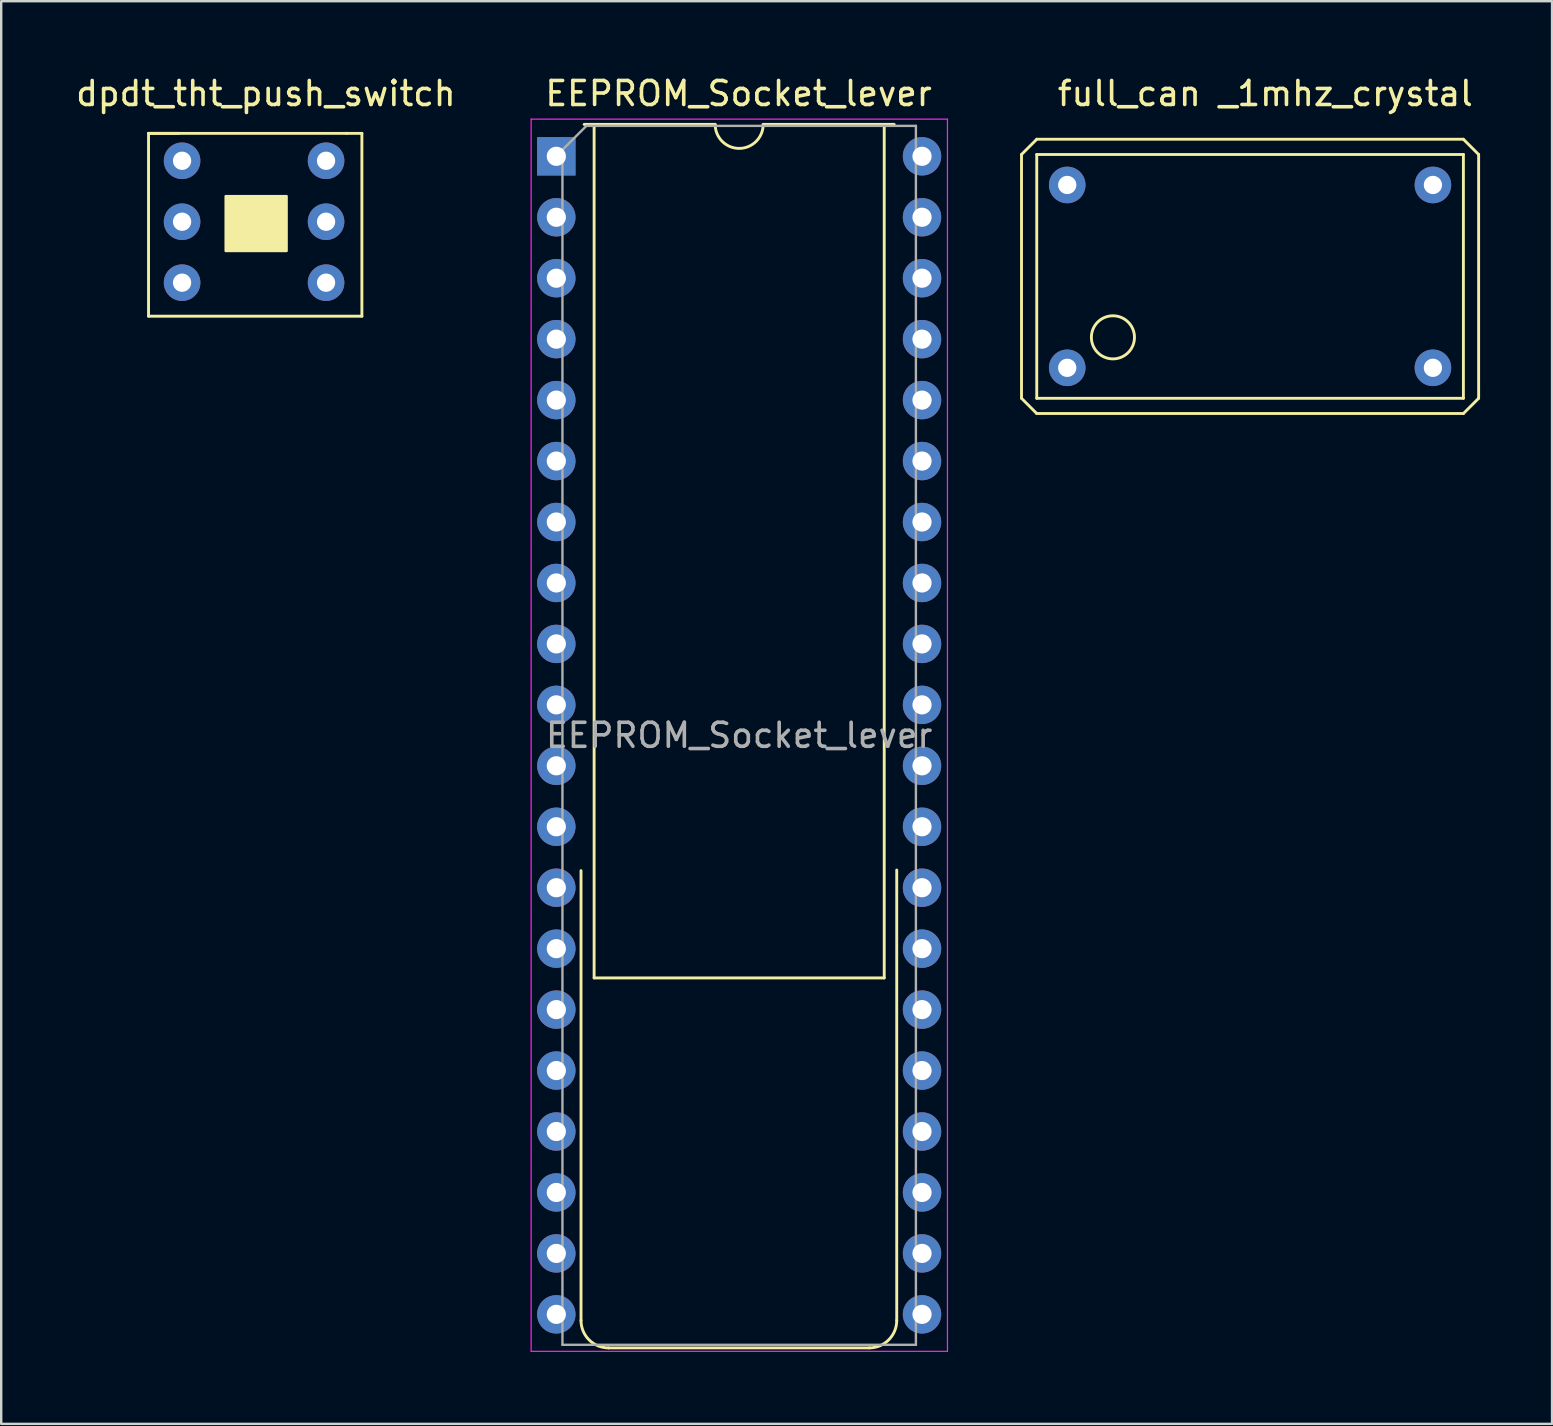
<source format=kicad_pcb>
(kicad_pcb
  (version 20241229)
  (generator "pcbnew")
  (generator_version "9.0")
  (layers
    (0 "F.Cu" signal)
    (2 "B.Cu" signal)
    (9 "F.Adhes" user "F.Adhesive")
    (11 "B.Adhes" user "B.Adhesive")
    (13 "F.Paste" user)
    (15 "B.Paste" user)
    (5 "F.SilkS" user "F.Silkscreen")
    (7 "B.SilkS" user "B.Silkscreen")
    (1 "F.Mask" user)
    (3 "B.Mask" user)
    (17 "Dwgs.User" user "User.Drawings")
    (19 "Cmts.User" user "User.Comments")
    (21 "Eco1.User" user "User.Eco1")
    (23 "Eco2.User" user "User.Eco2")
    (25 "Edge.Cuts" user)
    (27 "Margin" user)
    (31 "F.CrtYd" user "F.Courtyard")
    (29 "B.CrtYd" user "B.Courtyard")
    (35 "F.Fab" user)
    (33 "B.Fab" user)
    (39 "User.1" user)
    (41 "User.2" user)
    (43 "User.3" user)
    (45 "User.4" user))
  (footprint "full_can _1mhz_crystal"
    (layer "F.Cu")
    (at 41.425 4.658)
    (property "Reference" "full_can _1mhz_crystal" (at 8.255 -3.81 0) (layer "F.SilkS") (effects (font (size 1 1) (thickness 0.15))))
    (attr through_hole)
    (fp_line (start -1.905 -1.27) (end -1.905 8.89) (stroke (width 0.12) (type solid)) (layer "F.SilkS"))
    (fp_line (start -1.905 8.89) (end -1.27 9.525) (stroke (width 0.12) (type solid)) (layer "F.SilkS"))
    (fp_line (start -1.27 -1.905) (end -1.905 -1.27) (stroke (width 0.12) (type solid)) (layer "F.SilkS"))
    (fp_line (start -1.27 -1.27) (end 16.51 -1.27) (stroke (width 0.12) (type solid)) (layer "F.SilkS"))
    (fp_line (start -1.27 8.89) (end -1.27 -1.27) (stroke (width 0.12) (type solid)) (layer "F.SilkS"))
    (fp_line (start -1.27 9.525) (end 16.51 9.525) (stroke (width 0.12) (type solid)) (layer "F.SilkS"))
    (fp_line (start 16.51 -1.905) (end -1.27 -1.905) (stroke (width 0.12) (type solid)) (layer "F.SilkS"))
    (fp_line (start 16.51 -1.27) (end 16.51 8.89) (stroke (width 0.12) (type solid)) (layer "F.SilkS"))
    (fp_line (start 16.51 8.89) (end -1.27 8.89) (stroke (width 0.12) (type solid)) (layer "F.SilkS"))
    (fp_line (start 16.51 9.525) (end 17.145 8.89) (stroke (width 0.12) (type solid)) (layer "F.SilkS"))
    (fp_line (start 17.145 -1.27) (end 16.51 -1.905) (stroke (width 0.12) (type solid)) (layer "F.SilkS"))
    (fp_line (start 17.145 8.89) (end 17.145 -1.27) (stroke (width 0.12) (type solid)) (layer "F.SilkS"))
    (fp_circle (center 1.905 6.35) (end 2.54 6.985) (stroke (width 0.12) (type solid)) (fill no) (layer "F.SilkS"))
    (pad "1" thru_hole circle (at 0 7.62 90) (size 1.524 1.524) (drill 0.762) (layers "*.Cu" "*.Mask"))
    (pad "7" thru_hole circle (at 15.24 7.62 90) (size 1.524 1.524) (drill 0.762) (layers "*.Cu" "*.Mask"))
    (pad "8" thru_hole circle (at 15.24 0 90) (size 1.524 1.524) (drill 0.762) (layers "*.Cu" "*.Mask"))
    (pad "14" thru_hole circle (at 0 0 90) (size 1.524 1.524) (drill 0.762) (layers "*.Cu" "*.Mask")))
  (footprint "EEPROM_Socket_lever"
    (layer "F.Cu")
    (at 27.17 25.918)
    (property "Reference" "EEPROM_Socket_lever" (at 0.559 -25.07 0) (layer "F.SilkS") (effects (font (size 1 1) (thickness 0.15))))
    (attr through_hole)
    (fp_line (start -6.007 26.06) (end -6.007 7.315) (stroke (width 0.12) (type solid)) (layer "F.SilkS"))
    (fp_line (start -5.461 11.786) (end -5.461 -23.774) (stroke (width 0.12) (type solid)) (layer "F.SilkS"))
    (fp_line (start -5.461 11.786) (end 6.629 11.786) (stroke (width 0.12) (type solid)) (layer "F.SilkS"))
    (fp_line (start -0.416 -23.784) (end -5.876 -23.784) (stroke (width 0.12) (type solid)) (layer "F.SilkS"))
    (fp_line (start 6.007 27.203) (end -4.864 27.203) (stroke (width 0.12) (type solid)) (layer "F.SilkS"))
    (fp_line (start 6.629 11.786) (end 6.629 -23.774) (stroke (width 0.12) (type solid)) (layer "F.SilkS"))
    (fp_line (start 7.044 -23.784) (end 1.584 -23.784) (stroke (width 0.12) (type solid)) (layer "F.SilkS"))
    (fp_line (start 7.15 26.06) (end 7.15 7.29) (stroke (width 0.12) (type solid)) (layer "F.SilkS"))
    (fp_arc (start -4.8641 27.2034) (mid -5.672323 26.868623) (end -6.0071 26.0604) (stroke (width 0.12) (type solid)) (layer "F.SilkS"))
    (fp_arc (start 1.5842 -23.7836) (mid 0.5842 -22.7836) (end -0.4158 -23.7836) (stroke (width 0.12) (type solid)) (layer "F.SilkS"))
    (fp_arc (start 7.1501 26.0604) (mid 6.815323 26.868623) (end 6.0071 27.2034) (stroke (width 0.12) (type solid)) (layer "F.SilkS"))
    (fp_line (start -8.086 -24.004) (end -8.086 27.346) (stroke (width 0.05) (type solid)) (layer "F.CrtYd"))
    (fp_line (start -8.086 27.346) (end 9.264 27.346) (stroke (width 0.05) (type solid)) (layer "F.CrtYd"))
    (fp_line (start 9.264 -24.004) (end -8.086 -24.004) (stroke (width 0.05) (type solid)) (layer "F.CrtYd"))
    (fp_line (start 9.264 27.346) (end 9.264 -24.004) (stroke (width 0.05) (type solid)) (layer "F.CrtYd"))
    (fp_line (start -6.781 -22.724) (end -5.781 -23.724) (stroke (width 0.1) (type solid)) (layer "F.Fab"))
    (fp_line (start -6.781 27.076) (end -6.781 -22.724) (stroke (width 0.1) (type solid)) (layer "F.Fab"))
    (fp_line (start -5.781 -23.724) (end 7.949 -23.724) (stroke (width 0.1) (type solid)) (layer "F.Fab"))
    (fp_line (start 7.949 -23.724) (end 7.949 27.076) (stroke (width 0.1) (type solid)) (layer "F.Fab"))
    (fp_line (start 7.949 27.076) (end -6.781 27.076) (stroke (width 0.1) (type solid)) (layer "F.Fab"))
    (fp_text user "${REFERENCE}" (at 0.584 1.676 0) (layer "F.Fab") (effects (font (size 1 1) (thickness 0.15))))
    (pad "" thru_hole oval (at -7.036 13.106) (size 1.6 1.6) (drill 0.8) (layers "*.Cu" "*.Mask"))
    (pad "" thru_hole oval (at -7.036 15.646) (size 1.6 1.6) (drill 0.8) (layers "*.Cu" "*.Mask"))
    (pad "" thru_hole oval (at -7.036 18.186) (size 1.6 1.6) (drill 0.8) (layers "*.Cu" "*.Mask"))
    (pad "" thru_hole oval (at -7.036 20.726) (size 1.6 1.6) (drill 0.8) (layers "*.Cu" "*.Mask"))
    (pad "" thru_hole oval (at -7.036 23.266) (size 1.6 1.6) (drill 0.8) (layers "*.Cu" "*.Mask"))
    (pad "" thru_hole oval (at -7.036 25.806) (size 1.6 1.6) (drill 0.8) (layers "*.Cu" "*.Mask"))
    (pad "" thru_hole oval (at 8.204 13.106) (size 1.6 1.6) (drill 0.8) (layers "*.Cu" "*.Mask"))
    (pad "" thru_hole oval (at 8.204 15.646) (size 1.6 1.6) (drill 0.8) (layers "*.Cu" "*.Mask"))
    (pad "" thru_hole oval (at 8.204 18.186) (size 1.6 1.6) (drill 0.8) (layers "*.Cu" "*.Mask"))
    (pad "" thru_hole oval (at 8.204 20.726) (size 1.6 1.6) (drill 0.8) (layers "*.Cu" "*.Mask"))
    (pad "" thru_hole oval (at 8.204 23.266) (size 1.6 1.6) (drill 0.8) (layers "*.Cu" "*.Mask"))
    (pad "" thru_hole oval (at 8.204 25.806) (size 1.6 1.6) (drill 0.8) (layers "*.Cu" "*.Mask"))
    (pad "1" thru_hole rect (at -7.036 -22.454) (size 1.6 1.6) (drill 0.8) (layers "*.Cu" "*.Mask"))
    (pad "2" thru_hole oval (at -7.036 -19.914) (size 1.6 1.6) (drill 0.8) (layers "*.Cu" "*.Mask"))
    (pad "3" thru_hole oval (at -7.036 -17.374) (size 1.6 1.6) (drill 0.8) (layers "*.Cu" "*.Mask"))
    (pad "4" thru_hole oval (at -7.036 -14.834) (size 1.6 1.6) (drill 0.8) (layers "*.Cu" "*.Mask"))
    (pad "5" thru_hole oval (at -7.036 -12.294) (size 1.6 1.6) (drill 0.8) (layers "*.Cu" "*.Mask"))
    (pad "6" thru_hole oval (at -7.036 -9.754) (size 1.6 1.6) (drill 0.8) (layers "*.Cu" "*.Mask"))
    (pad "7" thru_hole oval (at -7.036 -7.214) (size 1.6 1.6) (drill 0.8) (layers "*.Cu" "*.Mask"))
    (pad "8" thru_hole oval (at -7.036 -4.674) (size 1.6 1.6) (drill 0.8) (layers "*.Cu" "*.Mask"))
    (pad "9" thru_hole oval (at -7.036 -2.134) (size 1.6 1.6) (drill 0.8) (layers "*.Cu" "*.Mask"))
    (pad "10" thru_hole oval (at -7.036 0.406) (size 1.6 1.6) (drill 0.8) (layers "*.Cu" "*.Mask"))
    (pad "11" thru_hole oval (at -7.036 2.946) (size 1.6 1.6) (drill 0.8) (layers "*.Cu" "*.Mask"))
    (pad "12" thru_hole oval (at -7.036 5.486) (size 1.6 1.6) (drill 0.8) (layers "*.Cu" "*.Mask"))
    (pad "13" thru_hole oval (at -7.036 8.026) (size 1.6 1.6) (drill 0.8) (layers "*.Cu" "*.Mask"))
    (pad "14" thru_hole oval (at -7.036 10.566) (size 1.6 1.6) (drill 0.8) (layers "*.Cu" "*.Mask"))
    (pad "15" thru_hole oval (at 8.204 10.566) (size 1.6 1.6) (drill 0.8) (layers "*.Cu" "*.Mask"))
    (pad "16" thru_hole oval (at 8.204 8.026) (size 1.6 1.6) (drill 0.8) (layers "*.Cu" "*.Mask"))
    (pad "17" thru_hole oval (at 8.204 5.486) (size 1.6 1.6) (drill 0.8) (layers "*.Cu" "*.Mask"))
    (pad "18" thru_hole oval (at 8.204 2.946) (size 1.6 1.6) (drill 0.8) (layers "*.Cu" "*.Mask"))
    (pad "19" thru_hole oval (at 8.204 0.406) (size 1.6 1.6) (drill 0.8) (layers "*.Cu" "*.Mask"))
    (pad "20" thru_hole oval (at 8.204 -2.134) (size 1.6 1.6) (drill 0.8) (layers "*.Cu" "*.Mask"))
    (pad "21" thru_hole oval (at 8.204 -4.674) (size 1.6 1.6) (drill 0.8) (layers "*.Cu" "*.Mask"))
    (pad "22" thru_hole oval (at 8.204 -7.214) (size 1.6 1.6) (drill 0.8) (layers "*.Cu" "*.Mask"))
    (pad "23" thru_hole oval (at 8.204 -9.754) (size 1.6 1.6) (drill 0.8) (layers "*.Cu" "*.Mask"))
    (pad "24" thru_hole oval (at 8.204 -12.294) (size 1.6 1.6) (drill 0.8) (layers "*.Cu" "*.Mask"))
    (pad "25" thru_hole oval (at 8.204 -14.834) (size 1.6 1.6) (drill 0.8) (layers "*.Cu" "*.Mask"))
    (pad "26" thru_hole oval (at 8.204 -17.374) (size 1.6 1.6) (drill 0.8) (layers "*.Cu" "*.Mask"))
    (pad "27" thru_hole oval (at 8.204 -19.914) (size 1.6 1.6) (drill 0.8) (layers "*.Cu" "*.Mask"))
    (pad "28" thru_hole oval (at 8.204 -22.454) (size 1.6 1.6) (drill 0.8) (layers "*.Cu" "*.Mask")))
  (footprint "dpdt_tht_push_switch"
    (layer "F.Cu")
    (at 7.395 6.063)
    (property "Reference" "dpdt_tht_push_switch" (at 0.635 -5.215 0) (layer "F.SilkS") (effects (font (size 1 1) (thickness 0.15))))
    (attr through_hole)
    (fp_line (start -4.255 -3.556) (end -2.985 -3.556) (stroke (width 0.12) (type solid)) (layer "F.SilkS"))
    (fp_line (start -4.255 -3.556) (end 4 -3.556) (stroke (width 0.12) (type solid)) (layer "F.SilkS"))
    (fp_line (start -4.255 4.064) (end -4.255 -3.556) (stroke (width 0.12) (type solid)) (layer "F.SilkS"))
    (fp_line (start 4 -3.556) (end 4.636 -3.556) (stroke (width 0.12) (type solid)) (layer "F.SilkS"))
    (fp_line (start 4.636 -3.556) (end 4.636 4.064) (stroke (width 0.12) (type solid)) (layer "F.SilkS"))
    (fp_line (start 4.636 4.064) (end -4.255 4.064) (stroke (width 0.12) (type solid)) (layer "F.SilkS"))
    (fp_poly (pts (xy 1.499 1.346) (xy -1.041 1.346) (xy -1.041 -0.94) (xy 1.499 -0.94)) (stroke (width 0.1) (type solid)) (fill yes) (layer "F.SilkS"))
    (pad "1" thru_hole circle (at -2.857 0.127) (size 1.524 1.524) (drill 0.762) (layers "*.Cu" "*.Mask"))
    (pad "2" thru_hole circle (at 3.143 0.127) (size 1.524 1.524) (drill 0.762) (layers "*.Cu" "*.Mask"))
    (pad "3" thru_hole circle (at -2.857 -2.413) (size 1.524 1.524) (drill 0.762) (layers "*.Cu" "*.Mask"))
    (pad "4" thru_hole circle (at 3.143 -2.413) (size 1.524 1.524) (drill 0.762) (layers "*.Cu" "*.Mask"))
    (pad "5" thru_hole circle (at -2.857 2.667) (size 1.524 1.524) (drill 0.762) (layers "*.Cu" "*.Mask"))
    (pad "6" thru_hole circle (at 3.143 2.667) (size 1.524 1.524) (drill 0.762) (layers "*.Cu" "*.Mask")))
  (gr_rect
    (start -3 -3)
    (end 61.63 56.289)
    (stroke (width 0.1) (type default))
    (fill no)
    (layer "Edge.Cuts")))
</source>
